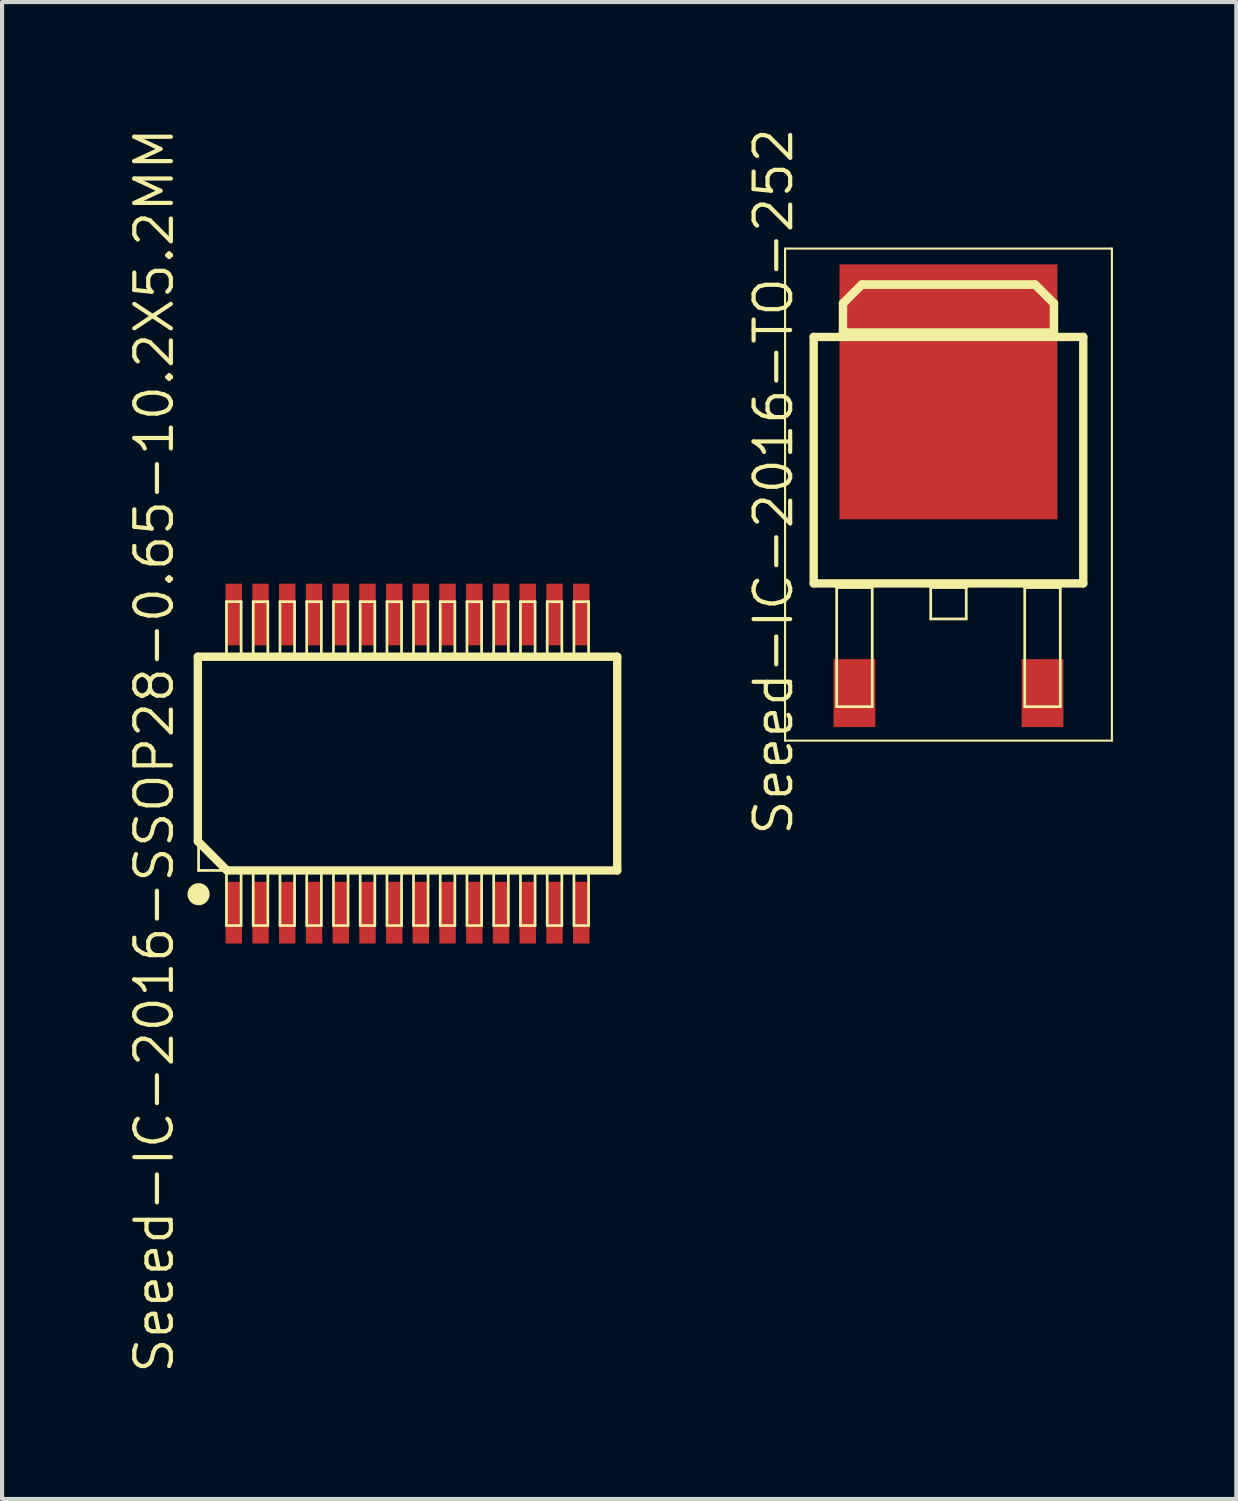
<source format=kicad_pcb>
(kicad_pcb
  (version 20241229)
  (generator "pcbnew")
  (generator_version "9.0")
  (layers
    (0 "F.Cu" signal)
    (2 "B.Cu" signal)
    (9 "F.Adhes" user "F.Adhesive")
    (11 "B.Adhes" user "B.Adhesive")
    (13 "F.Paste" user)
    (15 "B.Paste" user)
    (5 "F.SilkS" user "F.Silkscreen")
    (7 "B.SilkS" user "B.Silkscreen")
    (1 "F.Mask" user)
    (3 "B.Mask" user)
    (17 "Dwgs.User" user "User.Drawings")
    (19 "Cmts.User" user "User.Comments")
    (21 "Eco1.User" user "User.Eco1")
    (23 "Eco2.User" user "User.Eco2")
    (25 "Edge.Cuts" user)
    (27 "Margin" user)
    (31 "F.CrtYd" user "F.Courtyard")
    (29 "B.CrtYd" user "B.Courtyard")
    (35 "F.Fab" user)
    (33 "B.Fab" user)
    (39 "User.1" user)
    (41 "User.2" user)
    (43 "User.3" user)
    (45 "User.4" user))
  (footprint "Seeed-IC-2016-SSOP28-0.65-10.2X5.2MM"
    (layer "F.Cu")
    (at 6.858 15.515)
    (property "Reference" "Seeed-IC-2016-SSOP28-0.65-10.2X5.2MM" (at -6.16 -0.318 90) (layer "F.SilkS") (effects (font (size 0.889 0.889) (thickness 0.102))))
    (attr smd)
    (fp_line (start -5.098 -2.598) (end -5.098 1.887) (stroke (width 0.203) (type solid)) (layer "F.SilkS"))
    (fp_line (start -5.098 1.887) (end -4.389 2.598) (stroke (width 0.203) (type solid)) (layer "F.SilkS"))
    (fp_line (start -5.08 -2.598) (end 5.08 -2.598) (stroke (width 0.066) (type solid)) (layer "F.SilkS"))
    (fp_line (start -5.08 2.598) (end -5.08 -2.598) (stroke (width 0.066) (type solid)) (layer "F.SilkS"))
    (fp_line (start -5.08 2.598) (end 5.08 2.598) (stroke (width 0.066) (type solid)) (layer "F.SilkS"))
    (fp_line (start -4.402 -3.937) (end -4.046 -3.937) (stroke (width 0.066) (type solid)) (layer "F.SilkS"))
    (fp_line (start -4.402 -2.642) (end -4.402 -3.937) (stroke (width 0.066) (type solid)) (layer "F.SilkS"))
    (fp_line (start -4.402 -2.642) (end -4.046 -2.642) (stroke (width 0.066) (type solid)) (layer "F.SilkS"))
    (fp_line (start -4.402 2.642) (end -4.046 2.642) (stroke (width 0.066) (type solid)) (layer "F.SilkS"))
    (fp_line (start -4.402 3.937) (end -4.402 2.642) (stroke (width 0.066) (type solid)) (layer "F.SilkS"))
    (fp_line (start -4.402 3.937) (end -4.046 3.937) (stroke (width 0.066) (type solid)) (layer "F.SilkS"))
    (fp_line (start -4.389 2.598) (end 5.098 2.598) (stroke (width 0.203) (type solid)) (layer "F.SilkS"))
    (fp_line (start -4.046 -2.642) (end -4.046 -3.937) (stroke (width 0.066) (type solid)) (layer "F.SilkS"))
    (fp_line (start -4.046 3.937) (end -4.046 2.642) (stroke (width 0.066) (type solid)) (layer "F.SilkS"))
    (fp_line (start -3.752 -3.937) (end -3.396 -3.937) (stroke (width 0.066) (type solid)) (layer "F.SilkS"))
    (fp_line (start -3.752 -2.642) (end -3.752 -3.937) (stroke (width 0.066) (type solid)) (layer "F.SilkS"))
    (fp_line (start -3.752 -2.642) (end -3.396 -2.642) (stroke (width 0.066) (type solid)) (layer "F.SilkS"))
    (fp_line (start -3.752 2.642) (end -3.396 2.642) (stroke (width 0.066) (type solid)) (layer "F.SilkS"))
    (fp_line (start -3.752 3.937) (end -3.752 2.642) (stroke (width 0.066) (type solid)) (layer "F.SilkS"))
    (fp_line (start -3.752 3.937) (end -3.396 3.937) (stroke (width 0.066) (type solid)) (layer "F.SilkS"))
    (fp_line (start -3.396 -2.642) (end -3.396 -3.937) (stroke (width 0.066) (type solid)) (layer "F.SilkS"))
    (fp_line (start -3.396 3.937) (end -3.396 2.642) (stroke (width 0.066) (type solid)) (layer "F.SilkS"))
    (fp_line (start -3.101 -3.937) (end -2.746 -3.937) (stroke (width 0.066) (type solid)) (layer "F.SilkS"))
    (fp_line (start -3.101 -2.642) (end -3.101 -3.937) (stroke (width 0.066) (type solid)) (layer "F.SilkS"))
    (fp_line (start -3.101 -2.642) (end -2.746 -2.642) (stroke (width 0.066) (type solid)) (layer "F.SilkS"))
    (fp_line (start -3.101 2.642) (end -2.746 2.642) (stroke (width 0.066) (type solid)) (layer "F.SilkS"))
    (fp_line (start -3.101 3.937) (end -3.101 2.642) (stroke (width 0.066) (type solid)) (layer "F.SilkS"))
    (fp_line (start -3.101 3.937) (end -2.746 3.937) (stroke (width 0.066) (type solid)) (layer "F.SilkS"))
    (fp_line (start -2.746 -2.642) (end -2.746 -3.937) (stroke (width 0.066) (type solid)) (layer "F.SilkS"))
    (fp_line (start -2.746 3.937) (end -2.746 2.642) (stroke (width 0.066) (type solid)) (layer "F.SilkS"))
    (fp_line (start -2.451 -3.937) (end -2.095 -3.937) (stroke (width 0.066) (type solid)) (layer "F.SilkS"))
    (fp_line (start -2.451 -2.642) (end -2.451 -3.937) (stroke (width 0.066) (type solid)) (layer "F.SilkS"))
    (fp_line (start -2.451 -2.642) (end -2.095 -2.642) (stroke (width 0.066) (type solid)) (layer "F.SilkS"))
    (fp_line (start -2.451 2.642) (end -2.095 2.642) (stroke (width 0.066) (type solid)) (layer "F.SilkS"))
    (fp_line (start -2.451 3.937) (end -2.451 2.642) (stroke (width 0.066) (type solid)) (layer "F.SilkS"))
    (fp_line (start -2.451 3.937) (end -2.095 3.937) (stroke (width 0.066) (type solid)) (layer "F.SilkS"))
    (fp_line (start -2.095 -2.642) (end -2.095 -3.937) (stroke (width 0.066) (type solid)) (layer "F.SilkS"))
    (fp_line (start -2.095 3.937) (end -2.095 2.642) (stroke (width 0.066) (type solid)) (layer "F.SilkS"))
    (fp_line (start -1.801 -3.937) (end -1.445 -3.937) (stroke (width 0.066) (type solid)) (layer "F.SilkS"))
    (fp_line (start -1.801 -2.642) (end -1.801 -3.937) (stroke (width 0.066) (type solid)) (layer "F.SilkS"))
    (fp_line (start -1.801 -2.642) (end -1.445 -2.642) (stroke (width 0.066) (type solid)) (layer "F.SilkS"))
    (fp_line (start -1.801 2.642) (end -1.445 2.642) (stroke (width 0.066) (type solid)) (layer "F.SilkS"))
    (fp_line (start -1.801 3.937) (end -1.801 2.642) (stroke (width 0.066) (type solid)) (layer "F.SilkS"))
    (fp_line (start -1.801 3.937) (end -1.445 3.937) (stroke (width 0.066) (type solid)) (layer "F.SilkS"))
    (fp_line (start -1.445 -2.642) (end -1.445 -3.937) (stroke (width 0.066) (type solid)) (layer "F.SilkS"))
    (fp_line (start -1.445 3.937) (end -1.445 2.642) (stroke (width 0.066) (type solid)) (layer "F.SilkS"))
    (fp_line (start -1.151 -3.937) (end -0.795 -3.937) (stroke (width 0.066) (type solid)) (layer "F.SilkS"))
    (fp_line (start -1.151 -2.642) (end -1.151 -3.937) (stroke (width 0.066) (type solid)) (layer "F.SilkS"))
    (fp_line (start -1.151 -2.642) (end -0.795 -2.642) (stroke (width 0.066) (type solid)) (layer "F.SilkS"))
    (fp_line (start -1.151 2.642) (end -0.795 2.642) (stroke (width 0.066) (type solid)) (layer "F.SilkS"))
    (fp_line (start -1.151 3.937) (end -1.151 2.642) (stroke (width 0.066) (type solid)) (layer "F.SilkS"))
    (fp_line (start -1.151 3.937) (end -0.795 3.937) (stroke (width 0.066) (type solid)) (layer "F.SilkS"))
    (fp_line (start -0.795 -2.642) (end -0.795 -3.937) (stroke (width 0.066) (type solid)) (layer "F.SilkS"))
    (fp_line (start -0.795 3.937) (end -0.795 2.642) (stroke (width 0.066) (type solid)) (layer "F.SilkS"))
    (fp_line (start -0.5 -3.937) (end -0.145 -3.937) (stroke (width 0.066) (type solid)) (layer "F.SilkS"))
    (fp_line (start -0.5 -2.642) (end -0.5 -3.937) (stroke (width 0.066) (type solid)) (layer "F.SilkS"))
    (fp_line (start -0.5 -2.642) (end -0.145 -2.642) (stroke (width 0.066) (type solid)) (layer "F.SilkS"))
    (fp_line (start -0.5 2.642) (end -0.145 2.642) (stroke (width 0.066) (type solid)) (layer "F.SilkS"))
    (fp_line (start -0.5 3.937) (end -0.5 2.642) (stroke (width 0.066) (type solid)) (layer "F.SilkS"))
    (fp_line (start -0.5 3.937) (end -0.145 3.937) (stroke (width 0.066) (type solid)) (layer "F.SilkS"))
    (fp_line (start -0.145 -2.642) (end -0.145 -3.937) (stroke (width 0.066) (type solid)) (layer "F.SilkS"))
    (fp_line (start -0.145 3.937) (end -0.145 2.642) (stroke (width 0.066) (type solid)) (layer "F.SilkS"))
    (fp_line (start 0.145 -3.937) (end 0.5 -3.937) (stroke (width 0.066) (type solid)) (layer "F.SilkS"))
    (fp_line (start 0.145 -2.642) (end 0.145 -3.937) (stroke (width 0.066) (type solid)) (layer "F.SilkS"))
    (fp_line (start 0.145 -2.642) (end 0.5 -2.642) (stroke (width 0.066) (type solid)) (layer "F.SilkS"))
    (fp_line (start 0.145 2.642) (end 0.5 2.642) (stroke (width 0.066) (type solid)) (layer "F.SilkS"))
    (fp_line (start 0.145 3.937) (end 0.145 2.642) (stroke (width 0.066) (type solid)) (layer "F.SilkS"))
    (fp_line (start 0.145 3.937) (end 0.5 3.937) (stroke (width 0.066) (type solid)) (layer "F.SilkS"))
    (fp_line (start 0.5 -2.642) (end 0.5 -3.937) (stroke (width 0.066) (type solid)) (layer "F.SilkS"))
    (fp_line (start 0.5 3.937) (end 0.5 2.642) (stroke (width 0.066) (type solid)) (layer "F.SilkS"))
    (fp_line (start 0.795 -3.937) (end 1.151 -3.937) (stroke (width 0.066) (type solid)) (layer "F.SilkS"))
    (fp_line (start 0.795 -2.642) (end 0.795 -3.937) (stroke (width 0.066) (type solid)) (layer "F.SilkS"))
    (fp_line (start 0.795 -2.642) (end 1.151 -2.642) (stroke (width 0.066) (type solid)) (layer "F.SilkS"))
    (fp_line (start 0.795 2.642) (end 1.151 2.642) (stroke (width 0.066) (type solid)) (layer "F.SilkS"))
    (fp_line (start 0.795 3.937) (end 0.795 2.642) (stroke (width 0.066) (type solid)) (layer "F.SilkS"))
    (fp_line (start 0.795 3.937) (end 1.151 3.937) (stroke (width 0.066) (type solid)) (layer "F.SilkS"))
    (fp_line (start 1.151 -2.642) (end 1.151 -3.937) (stroke (width 0.066) (type solid)) (layer "F.SilkS"))
    (fp_line (start 1.151 3.937) (end 1.151 2.642) (stroke (width 0.066) (type solid)) (layer "F.SilkS"))
    (fp_line (start 1.445 -3.937) (end 1.801 -3.937) (stroke (width 0.066) (type solid)) (layer "F.SilkS"))
    (fp_line (start 1.445 -2.642) (end 1.445 -3.937) (stroke (width 0.066) (type solid)) (layer "F.SilkS"))
    (fp_line (start 1.445 -2.642) (end 1.801 -2.642) (stroke (width 0.066) (type solid)) (layer "F.SilkS"))
    (fp_line (start 1.445 2.642) (end 1.801 2.642) (stroke (width 0.066) (type solid)) (layer "F.SilkS"))
    (fp_line (start 1.445 3.937) (end 1.445 2.642) (stroke (width 0.066) (type solid)) (layer "F.SilkS"))
    (fp_line (start 1.445 3.937) (end 1.801 3.937) (stroke (width 0.066) (type solid)) (layer "F.SilkS"))
    (fp_line (start 1.801 -2.642) (end 1.801 -3.937) (stroke (width 0.066) (type solid)) (layer "F.SilkS"))
    (fp_line (start 1.801 3.937) (end 1.801 2.642) (stroke (width 0.066) (type solid)) (layer "F.SilkS"))
    (fp_line (start 2.095 -3.937) (end 2.451 -3.937) (stroke (width 0.066) (type solid)) (layer "F.SilkS"))
    (fp_line (start 2.095 -2.642) (end 2.095 -3.937) (stroke (width 0.066) (type solid)) (layer "F.SilkS"))
    (fp_line (start 2.095 -2.642) (end 2.451 -2.642) (stroke (width 0.066) (type solid)) (layer "F.SilkS"))
    (fp_line (start 2.095 2.642) (end 2.451 2.642) (stroke (width 0.066) (type solid)) (layer "F.SilkS"))
    (fp_line (start 2.095 3.937) (end 2.095 2.642) (stroke (width 0.066) (type solid)) (layer "F.SilkS"))
    (fp_line (start 2.095 3.937) (end 2.451 3.937) (stroke (width 0.066) (type solid)) (layer "F.SilkS"))
    (fp_line (start 2.451 -2.642) (end 2.451 -3.937) (stroke (width 0.066) (type solid)) (layer "F.SilkS"))
    (fp_line (start 2.451 3.937) (end 2.451 2.642) (stroke (width 0.066) (type solid)) (layer "F.SilkS"))
    (fp_line (start 2.746 -3.937) (end 3.101 -3.937) (stroke (width 0.066) (type solid)) (layer "F.SilkS"))
    (fp_line (start 2.746 -2.642) (end 2.746 -3.937) (stroke (width 0.066) (type solid)) (layer "F.SilkS"))
    (fp_line (start 2.746 -2.642) (end 3.101 -2.642) (stroke (width 0.066) (type solid)) (layer "F.SilkS"))
    (fp_line (start 2.746 2.642) (end 3.101 2.642) (stroke (width 0.066) (type solid)) (layer "F.SilkS"))
    (fp_line (start 2.746 3.937) (end 2.746 2.642) (stroke (width 0.066) (type solid)) (layer "F.SilkS"))
    (fp_line (start 2.746 3.937) (end 3.101 3.937) (stroke (width 0.066) (type solid)) (layer "F.SilkS"))
    (fp_line (start 3.101 -2.642) (end 3.101 -3.937) (stroke (width 0.066) (type solid)) (layer "F.SilkS"))
    (fp_line (start 3.101 3.937) (end 3.101 2.642) (stroke (width 0.066) (type solid)) (layer "F.SilkS"))
    (fp_line (start 3.396 -3.937) (end 3.752 -3.937) (stroke (width 0.066) (type solid)) (layer "F.SilkS"))
    (fp_line (start 3.396 -2.642) (end 3.396 -3.937) (stroke (width 0.066) (type solid)) (layer "F.SilkS"))
    (fp_line (start 3.396 -2.642) (end 3.752 -2.642) (stroke (width 0.066) (type solid)) (layer "F.SilkS"))
    (fp_line (start 3.396 2.642) (end 3.752 2.642) (stroke (width 0.066) (type solid)) (layer "F.SilkS"))
    (fp_line (start 3.396 3.937) (end 3.396 2.642) (stroke (width 0.066) (type solid)) (layer "F.SilkS"))
    (fp_line (start 3.396 3.937) (end 3.752 3.937) (stroke (width 0.066) (type solid)) (layer "F.SilkS"))
    (fp_line (start 3.752 -2.642) (end 3.752 -3.937) (stroke (width 0.066) (type solid)) (layer "F.SilkS"))
    (fp_line (start 3.752 3.937) (end 3.752 2.642) (stroke (width 0.066) (type solid)) (layer "F.SilkS"))
    (fp_line (start 4.046 -3.937) (end 4.402 -3.937) (stroke (width 0.066) (type solid)) (layer "F.SilkS"))
    (fp_line (start 4.046 -2.642) (end 4.046 -3.937) (stroke (width 0.066) (type solid)) (layer "F.SilkS"))
    (fp_line (start 4.046 -2.642) (end 4.402 -2.642) (stroke (width 0.066) (type solid)) (layer "F.SilkS"))
    (fp_line (start 4.046 2.642) (end 4.402 2.642) (stroke (width 0.066) (type solid)) (layer "F.SilkS"))
    (fp_line (start 4.046 3.937) (end 4.046 2.642) (stroke (width 0.066) (type solid)) (layer "F.SilkS"))
    (fp_line (start 4.046 3.937) (end 4.402 3.937) (stroke (width 0.066) (type solid)) (layer "F.SilkS"))
    (fp_line (start 4.402 -2.642) (end 4.402 -3.937) (stroke (width 0.066) (type solid)) (layer "F.SilkS"))
    (fp_line (start 4.402 3.937) (end 4.402 2.642) (stroke (width 0.066) (type solid)) (layer "F.SilkS"))
    (fp_line (start 5.08 2.598) (end 5.08 -2.598) (stroke (width 0.066) (type solid)) (layer "F.SilkS"))
    (fp_line (start 5.098 -2.598) (end -5.098 -2.598) (stroke (width 0.203) (type solid)) (layer "F.SilkS"))
    (fp_line (start 5.098 2.598) (end 5.098 -2.598) (stroke (width 0.203) (type solid)) (layer "F.SilkS"))
    (fp_circle (center -5.08 3.175) (end -5.271 3.365) (stroke (width 0) (type solid)) (fill yes) (layer "F.SilkS"))
    (pad "1" smd rect (at -4.224 3.625) (size 0.399 1.499) (layers "F.Cu" "F.Mask" "F.Paste"))
    (pad "2" smd rect (at -3.574 3.625) (size 0.399 1.499) (layers "F.Cu" "F.Mask" "F.Paste"))
    (pad "3" smd rect (at -2.924 3.625) (size 0.399 1.499) (layers "F.Cu" "F.Mask" "F.Paste"))
    (pad "4" smd rect (at -2.273 3.625) (size 0.399 1.499) (layers "F.Cu" "F.Mask" "F.Paste"))
    (pad "5" smd rect (at -1.623 3.625) (size 0.399 1.499) (layers "F.Cu" "F.Mask" "F.Paste"))
    (pad "6" smd rect (at -0.973 3.625) (size 0.399 1.499) (layers "F.Cu" "F.Mask" "F.Paste"))
    (pad "7" smd rect (at -0.323 3.625) (size 0.399 1.499) (layers "F.Cu" "F.Mask" "F.Paste"))
    (pad "8" smd rect (at 0.323 3.625) (size 0.399 1.499) (layers "F.Cu" "F.Mask" "F.Paste"))
    (pad "9" smd rect (at 0.973 3.625) (size 0.399 1.499) (layers "F.Cu" "F.Mask" "F.Paste"))
    (pad "10" smd rect (at 1.623 3.625) (size 0.399 1.499) (layers "F.Cu" "F.Mask" "F.Paste"))
    (pad "11" smd rect (at 2.273 3.625) (size 0.399 1.499) (layers "F.Cu" "F.Mask" "F.Paste"))
    (pad "12" smd rect (at 2.924 3.625) (size 0.399 1.499) (layers "F.Cu" "F.Mask" "F.Paste"))
    (pad "13" smd rect (at 3.574 3.625) (size 0.399 1.499) (layers "F.Cu" "F.Mask" "F.Paste"))
    (pad "14" smd rect (at 4.224 3.625) (size 0.399 1.499) (layers "F.Cu" "F.Mask" "F.Paste"))
    (pad "15" smd rect (at 4.224 -3.625) (size 0.399 1.499) (layers "F.Cu" "F.Mask" "F.Paste"))
    (pad "16" smd rect (at 3.574 -3.625) (size 0.399 1.499) (layers "F.Cu" "F.Mask" "F.Paste"))
    (pad "17" smd rect (at 2.924 -3.625) (size 0.399 1.499) (layers "F.Cu" "F.Mask" "F.Paste"))
    (pad "18" smd rect (at 2.273 -3.625) (size 0.399 1.499) (layers "F.Cu" "F.Mask" "F.Paste"))
    (pad "19" smd rect (at 1.623 -3.625) (size 0.399 1.499) (layers "F.Cu" "F.Mask" "F.Paste"))
    (pad "20" smd rect (at 0.973 -3.625) (size 0.399 1.499) (layers "F.Cu" "F.Mask" "F.Paste"))
    (pad "21" smd rect (at 0.323 -3.625) (size 0.399 1.499) (layers "F.Cu" "F.Mask" "F.Paste"))
    (pad "22" smd rect (at -0.323 -3.625) (size 0.399 1.499) (layers "F.Cu" "F.Mask" "F.Paste"))
    (pad "23" smd rect (at -0.973 -3.625) (size 0.399 1.499) (layers "F.Cu" "F.Mask" "F.Paste"))
    (pad "24" smd rect (at -1.623 -3.625) (size 0.399 1.499) (layers "F.Cu" "F.Mask" "F.Paste"))
    (pad "25" smd rect (at -2.273 -3.625) (size 0.399 1.499) (layers "F.Cu" "F.Mask" "F.Paste"))
    (pad "26" smd rect (at -2.924 -3.625) (size 0.399 1.499) (layers "F.Cu" "F.Mask" "F.Paste"))
    (pad "27" smd rect (at -3.574 -3.625) (size 0.399 1.499) (layers "F.Cu" "F.Mask" "F.Paste"))
    (pad "28" smd rect (at -4.224 -3.625) (size 0.399 1.499) (layers "F.Cu" "F.Mask" "F.Paste")))
  (footprint "Seeed-IC-2016-TO-252"
    (layer "F.Cu")
    (at 20.01 8.975)
    (property "Reference" "Seeed-IC-2016-TO-252" (at -4.255 -0.318 90) (layer "F.SilkS") (effects (font (size 0.889 0.889) (thickness 0.102))))
    (attr smd)
    (fp_line (start -3.973 -5.982) (end 3.973 -5.982) (stroke (width 0.051) (type solid)) (layer "F.SilkS"))
    (fp_line (start -3.973 5.982) (end -3.973 -5.982) (stroke (width 0.051) (type solid)) (layer "F.SilkS"))
    (fp_line (start -3.277 -3.833) (end 3.277 -3.833) (stroke (width 0.203) (type solid)) (layer "F.SilkS"))
    (fp_line (start -3.277 2.159) (end -3.277 -3.835) (stroke (width 0.203) (type solid)) (layer "F.SilkS"))
    (fp_line (start -2.718 2.261) (end -1.854 2.261) (stroke (width 0.066) (type solid)) (layer "F.SilkS"))
    (fp_line (start -2.718 5.156) (end -2.718 2.261) (stroke (width 0.066) (type solid)) (layer "F.SilkS"))
    (fp_line (start -2.718 5.156) (end -1.854 5.156) (stroke (width 0.066) (type solid)) (layer "F.SilkS"))
    (fp_line (start -2.565 -4.648) (end -2.108 -5.105) (stroke (width 0.198) (type solid)) (layer "F.SilkS"))
    (fp_line (start -2.565 -4.648) (end -2.108 -5.105) (stroke (width 0.203) (type solid)) (layer "F.SilkS"))
    (fp_line (start -2.565 -3.937) (end -2.565 -4.648) (stroke (width 0.198) (type solid)) (layer "F.SilkS"))
    (fp_line (start -2.565 -3.937) (end -2.565 -4.648) (stroke (width 0.203) (type solid)) (layer "F.SilkS"))
    (fp_line (start -2.108 -5.105) (end 2.108 -5.105) (stroke (width 0.198) (type solid)) (layer "F.SilkS"))
    (fp_line (start -2.108 -5.105) (end 2.108 -5.105) (stroke (width 0.203) (type solid)) (layer "F.SilkS"))
    (fp_line (start -1.854 5.156) (end -1.854 2.261) (stroke (width 0.066) (type solid)) (layer "F.SilkS"))
    (fp_line (start -0.432 2.261) (end 0.432 2.261) (stroke (width 0.066) (type solid)) (layer "F.SilkS"))
    (fp_line (start -0.432 3.023) (end -0.432 2.261) (stroke (width 0.066) (type solid)) (layer "F.SilkS"))
    (fp_line (start -0.432 3.023) (end 0.432 3.023) (stroke (width 0.066) (type solid)) (layer "F.SilkS"))
    (fp_line (start 0.432 3.023) (end 0.432 2.261) (stroke (width 0.066) (type solid)) (layer "F.SilkS"))
    (fp_line (start 1.854 2.261) (end 2.718 2.261) (stroke (width 0.066) (type solid)) (layer "F.SilkS"))
    (fp_line (start 1.854 5.156) (end 1.854 2.261) (stroke (width 0.066) (type solid)) (layer "F.SilkS"))
    (fp_line (start 1.854 5.156) (end 2.718 5.156) (stroke (width 0.066) (type solid)) (layer "F.SilkS"))
    (fp_line (start 2.108 -5.105) (end 2.565 -4.648) (stroke (width 0.198) (type solid)) (layer "F.SilkS"))
    (fp_line (start 2.108 -5.105) (end 2.565 -4.648) (stroke (width 0.203) (type solid)) (layer "F.SilkS"))
    (fp_line (start 2.565 -4.648) (end 2.565 -3.937) (stroke (width 0.198) (type solid)) (layer "F.SilkS"))
    (fp_line (start 2.565 -4.648) (end 2.565 -3.937) (stroke (width 0.203) (type solid)) (layer "F.SilkS"))
    (fp_line (start 2.565 -3.937) (end -2.565 -3.937) (stroke (width 0.198) (type solid)) (layer "F.SilkS"))
    (fp_line (start 2.565 -3.937) (end -2.565 -3.937) (stroke (width 0.203) (type solid)) (layer "F.SilkS"))
    (fp_line (start 2.718 5.156) (end 2.718 2.261) (stroke (width 0.066) (type solid)) (layer "F.SilkS"))
    (fp_line (start 3.277 -3.835) (end 3.277 2.159) (stroke (width 0.203) (type solid)) (layer "F.SilkS"))
    (fp_line (start 3.277 2.159) (end -3.277 2.159) (stroke (width 0.203) (type solid)) (layer "F.SilkS"))
    (fp_line (start 3.973 -5.982) (end 3.973 5.982) (stroke (width 0.051) (type solid)) (layer "F.SilkS"))
    (fp_line (start 3.973 5.982) (end -3.973 5.982) (stroke (width 0.051) (type solid)) (layer "F.SilkS"))
    (pad "1" smd rect (at -2.286 4.826) (size 1.016 1.651) (layers "F.Cu" "F.Mask" "F.Paste"))
    (pad "2" smd rect (at 0 -2.499) (size 5.298 6.198) (layers "F.Cu" "F.Mask" "F.Paste"))
    (pad "3" smd rect (at 2.286 4.826) (size 1.016 1.651) (layers "F.Cu" "F.Mask" "F.Paste")))
  (gr_rect
    (start -3 -3)
    (end 27.008 33.395)
    (stroke (width 0.1) (type default))
    (fill no)
    (layer "Edge.Cuts")))
</source>
